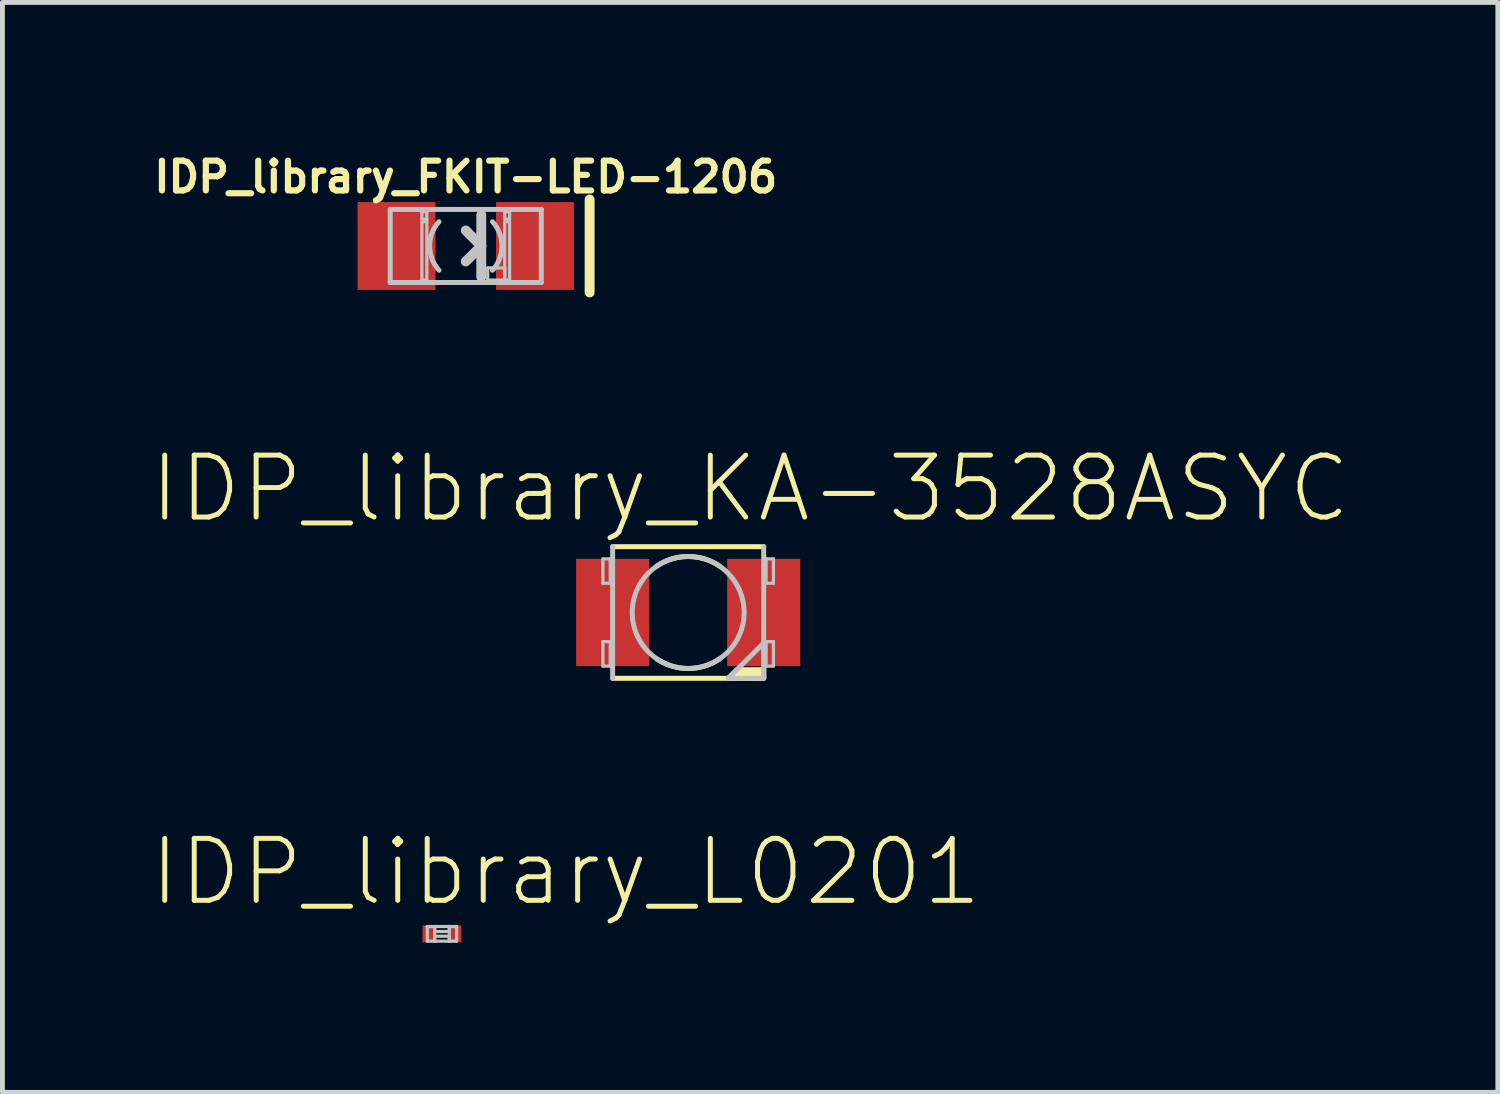
<source format=kicad_pcb>
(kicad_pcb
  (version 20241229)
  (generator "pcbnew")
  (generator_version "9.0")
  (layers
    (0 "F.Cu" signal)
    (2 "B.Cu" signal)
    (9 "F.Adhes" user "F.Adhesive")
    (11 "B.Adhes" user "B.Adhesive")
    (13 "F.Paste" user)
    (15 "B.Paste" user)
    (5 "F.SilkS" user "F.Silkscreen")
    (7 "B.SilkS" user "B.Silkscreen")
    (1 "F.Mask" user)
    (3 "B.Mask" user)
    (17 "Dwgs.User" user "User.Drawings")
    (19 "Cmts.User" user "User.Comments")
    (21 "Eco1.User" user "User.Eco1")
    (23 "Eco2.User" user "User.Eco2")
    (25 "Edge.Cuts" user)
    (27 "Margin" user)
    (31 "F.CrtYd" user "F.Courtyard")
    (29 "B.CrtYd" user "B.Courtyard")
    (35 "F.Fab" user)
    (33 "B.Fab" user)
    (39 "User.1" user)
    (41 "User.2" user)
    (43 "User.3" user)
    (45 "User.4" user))
  (footprint "IDP_library_KA-3528ASYC"
    (layer "F.Cu")
    (at 11.062 9.51)
    (property "Reference" "IDP_library_KA-3528ASYC" (at 1.27 -2.54 0) (layer "F.SilkS") (effects (font (size 1.27 1.27) (thickness 0.102))))
    (attr smd)
    (fp_line (start -1.549 -1.349) (end 1.549 -1.349) (stroke (width 0.102) (type solid)) (layer "F.SilkS"))
    (fp_line (start 1.549 1.349) (end -1.549 1.349) (stroke (width 0.102) (type solid)) (layer "F.SilkS"))
    (fp_arc (start -0.6477 -0.94996) (mid 0.001112 -1.148876) (end 0.649539 -0.94871) (stroke (width 0.1016) (type solid)) (layer "F.SilkS"))
    (fp_arc (start 0.6477 0.94996) (mid -0.001112 1.148876) (end -0.649539 0.94871) (stroke (width 0.1016) (type solid)) (layer "F.SilkS"))
    (fp_poly (pts (xy 1.549 1.349) (xy 1.549 1.173) (xy 0.998 1.173) (xy 0.823 1.349) (xy 1.549 1.349)) (stroke (width 0.102) (type solid)) (fill yes) (layer "F.SilkS"))
    (fp_line (start -1.748 -1.1) (end -1.598 -1.1) (stroke (width 0.066) (type solid)) (layer "Dwgs.User"))
    (fp_line (start -1.748 -0.599) (end -1.748 -1.1) (stroke (width 0.066) (type solid)) (layer "Dwgs.User"))
    (fp_line (start -1.748 -0.599) (end -1.598 -0.599) (stroke (width 0.066) (type solid)) (layer "Dwgs.User"))
    (fp_line (start -1.748 0.599) (end -1.598 0.599) (stroke (width 0.066) (type solid)) (layer "Dwgs.User"))
    (fp_line (start -1.748 1.1) (end -1.748 0.599) (stroke (width 0.066) (type solid)) (layer "Dwgs.User"))
    (fp_line (start -1.748 1.1) (end -1.598 1.1) (stroke (width 0.066) (type solid)) (layer "Dwgs.User"))
    (fp_line (start -1.598 -0.599) (end -1.598 -1.1) (stroke (width 0.066) (type solid)) (layer "Dwgs.User"))
    (fp_line (start -1.598 1.1) (end -1.598 0.599) (stroke (width 0.066) (type solid)) (layer "Dwgs.User"))
    (fp_line (start -1.549 1.349) (end -1.549 -1.349) (stroke (width 0.102) (type solid)) (layer "Dwgs.User"))
    (fp_line (start 1.549 -1.349) (end 1.549 1.349) (stroke (width 0.102) (type solid)) (layer "Dwgs.User"))
    (fp_line (start 1.598 -1.1) (end 1.598 -0.599) (stroke (width 0.066) (type solid)) (layer "Dwgs.User"))
    (fp_line (start 1.598 0.599) (end 1.598 1.1) (stroke (width 0.066) (type solid)) (layer "Dwgs.User"))
    (fp_line (start 1.748 -1.1) (end 1.598 -1.1) (stroke (width 0.066) (type solid)) (layer "Dwgs.User"))
    (fp_line (start 1.748 -1.1) (end 1.748 -0.599) (stroke (width 0.066) (type solid)) (layer "Dwgs.User"))
    (fp_line (start 1.748 -0.599) (end 1.598 -0.599) (stroke (width 0.066) (type solid)) (layer "Dwgs.User"))
    (fp_line (start 1.748 0.599) (end 1.598 0.599) (stroke (width 0.066) (type solid)) (layer "Dwgs.User"))
    (fp_line (start 1.748 0.599) (end 1.748 1.1) (stroke (width 0.066) (type solid)) (layer "Dwgs.User"))
    (fp_line (start 1.748 1.1) (end 1.598 1.1) (stroke (width 0.066) (type solid)) (layer "Dwgs.User"))
    (fp_circle (center 0 0) (end 0 -1.148) (stroke (width 0.102) (type solid)) (fill no) (layer "Dwgs.User"))
    (fp_poly (pts (xy 1.549 1.349) (xy 1.549 0.625) (xy 0.823 1.349) (xy 1.549 1.349)) (stroke (width 0.102) (type solid)) (fill no) (layer "Dwgs.User"))
    (pad "A" smd rect (at -1.549 0) (size 1.499 2.2) (layers "F.Cu" "F.Mask" "F.Paste"))
    (pad "C" smd rect (at 1.549 0) (size 1.499 2.2) (layers "F.Cu" "F.Mask" "F.Paste")))
  (footprint "IDP_library_FKIT-LED-1206"
    (layer "F.Cu")
    (at 6.501 1.994)
    (property "Reference" "IDP_library_FKIT-LED-1206" (at 0 -1.415 0) (layer "F.SilkS") (effects (font (size 0.61 0.61) (thickness 0.127))))
    (attr smd)
    (fp_line (start 2.54 -0.953) (end 2.54 0.953) (stroke (width 0.203) (type solid)) (layer "F.SilkS"))
    (fp_line (start -1.549 -0.749) (end 1.549 -0.749) (stroke (width 0.102) (type solid)) (layer "Dwgs.User"))
    (fp_line (start -1.549 0.749) (end -1.549 -0.749) (stroke (width 0.102) (type solid)) (layer "Dwgs.User"))
    (fp_line (start -0.899 -0.699) (end -0.798 -0.699) (stroke (width 0.066) (type solid)) (layer "Dwgs.User"))
    (fp_line (start -0.899 -0.549) (end -0.899 -0.699) (stroke (width 0.066) (type solid)) (layer "Dwgs.User"))
    (fp_line (start -0.899 -0.549) (end -0.798 -0.549) (stroke (width 0.066) (type solid)) (layer "Dwgs.User"))
    (fp_line (start -0.899 -0.498) (end -0.798 -0.498) (stroke (width 0.066) (type solid)) (layer "Dwgs.User"))
    (fp_line (start -0.899 0.699) (end -0.899 -0.498) (stroke (width 0.066) (type solid)) (layer "Dwgs.User"))
    (fp_line (start -0.899 0.699) (end -0.798 0.699) (stroke (width 0.066) (type solid)) (layer "Dwgs.User"))
    (fp_line (start -0.798 -0.549) (end -0.798 -0.699) (stroke (width 0.066) (type solid)) (layer "Dwgs.User"))
    (fp_line (start -0.798 0.699) (end -0.798 -0.498) (stroke (width 0.066) (type solid)) (layer "Dwgs.User"))
    (fp_line (start 0.318 -0.635) (end 0.318 0) (stroke (width 0.203) (type solid)) (layer "Dwgs.User"))
    (fp_line (start 0.318 0) (end 0 -0.318) (stroke (width 0.203) (type solid)) (layer "Dwgs.User"))
    (fp_line (start 0.318 0) (end 0 0.318) (stroke (width 0.203) (type solid)) (layer "Dwgs.User"))
    (fp_line (start 0.318 0) (end 0.318 0.635) (stroke (width 0.203) (type solid)) (layer "Dwgs.User"))
    (fp_line (start 0.45 0.45) (end 0.798 0.45) (stroke (width 0.066) (type solid)) (layer "Dwgs.User"))
    (fp_line (start 0.45 0.699) (end 0.45 0.45) (stroke (width 0.066) (type solid)) (layer "Dwgs.User"))
    (fp_line (start 0.45 0.699) (end 0.798 0.699) (stroke (width 0.066) (type solid)) (layer "Dwgs.User"))
    (fp_line (start 0.798 -0.699) (end 0.899 -0.699) (stroke (width 0.066) (type solid)) (layer "Dwgs.User"))
    (fp_line (start 0.798 -0.549) (end 0.798 -0.699) (stroke (width 0.066) (type solid)) (layer "Dwgs.User"))
    (fp_line (start 0.798 -0.549) (end 0.899 -0.549) (stroke (width 0.066) (type solid)) (layer "Dwgs.User"))
    (fp_line (start 0.798 -0.498) (end 0.899 -0.498) (stroke (width 0.066) (type solid)) (layer "Dwgs.User"))
    (fp_line (start 0.798 0.699) (end 0.798 -0.498) (stroke (width 0.066) (type solid)) (layer "Dwgs.User"))
    (fp_line (start 0.798 0.699) (end 0.798 0.45) (stroke (width 0.066) (type solid)) (layer "Dwgs.User"))
    (fp_line (start 0.798 0.699) (end 0.899 0.699) (stroke (width 0.066) (type solid)) (layer "Dwgs.User"))
    (fp_line (start 0.899 -0.549) (end 0.899 -0.699) (stroke (width 0.066) (type solid)) (layer "Dwgs.User"))
    (fp_line (start 0.899 0.699) (end 0.899 -0.498) (stroke (width 0.066) (type solid)) (layer "Dwgs.User"))
    (fp_line (start 1.549 -0.749) (end 1.549 0.749) (stroke (width 0.102) (type solid)) (layer "Dwgs.User"))
    (fp_line (start 1.549 0.749) (end -1.549 0.749) (stroke (width 0.102) (type solid)) (layer "Dwgs.User"))
    (fp_arc (start -0.54864 0.49784) (mid -0.740844 -0.000377) (end -0.548133 -0.498398) (stroke (width 0.1016) (type solid)) (layer "Dwgs.User"))
    (fp_arc (start 0.54864 -0.49784) (mid 0.740844 0.000377) (end 0.548133 0.498398) (stroke (width 0.1016) (type solid)) (layer "Dwgs.User"))
    (pad "A" smd rect (at -1.42 0) (size 1.598 1.801) (layers "F.Cu" "F.Mask" "F.Paste"))
    (pad "C" smd rect (at 1.42 0) (size 1.598 1.801) (layers "F.Cu" "F.Mask" "F.Paste")))
  (footprint "IDP_library_L0201"
    (layer "F.Cu")
    (at 6.013 16.1)
    (property "Reference" "IDP_library_L0201" (at 2.54 -1.27 0) (layer "F.SilkS") (effects (font (size 1.27 1.27) (thickness 0.102))))
    (attr smd)
    (fp_line (start -0.3 -0.15) (end -0.15 -0.15) (stroke (width 0.066) (type solid)) (layer "Dwgs.User"))
    (fp_line (start -0.3 0.15) (end -0.3 -0.15) (stroke (width 0.066) (type solid)) (layer "Dwgs.User"))
    (fp_line (start -0.3 0.15) (end -0.15 0.15) (stroke (width 0.066) (type solid)) (layer "Dwgs.User"))
    (fp_line (start -0.15 -0.15) (end 0.15 -0.15) (stroke (width 0.066) (type solid)) (layer "Dwgs.User"))
    (fp_line (start -0.15 -0.048) (end -0.15 -0.15) (stroke (width 0.066) (type solid)) (layer "Dwgs.User"))
    (fp_line (start -0.15 -0.048) (end 0.15 -0.048) (stroke (width 0.066) (type solid)) (layer "Dwgs.User"))
    (fp_line (start -0.15 0.048) (end 0.15 0.048) (stroke (width 0.066) (type solid)) (layer "Dwgs.User"))
    (fp_line (start -0.15 0.15) (end -0.15 -0.15) (stroke (width 0.066) (type solid)) (layer "Dwgs.User"))
    (fp_line (start -0.15 0.15) (end -0.15 0.048) (stroke (width 0.066) (type solid)) (layer "Dwgs.User"))
    (fp_line (start -0.15 0.15) (end 0.15 0.15) (stroke (width 0.066) (type solid)) (layer "Dwgs.User"))
    (fp_line (start 0.15 -0.15) (end 0.3 -0.15) (stroke (width 0.066) (type solid)) (layer "Dwgs.User"))
    (fp_line (start 0.15 -0.048) (end 0.15 -0.15) (stroke (width 0.066) (type solid)) (layer "Dwgs.User"))
    (fp_line (start 0.15 0.15) (end 0.15 -0.15) (stroke (width 0.066) (type solid)) (layer "Dwgs.User"))
    (fp_line (start 0.15 0.15) (end 0.15 0.048) (stroke (width 0.066) (type solid)) (layer "Dwgs.User"))
    (fp_line (start 0.15 0.15) (end 0.3 0.15) (stroke (width 0.066) (type solid)) (layer "Dwgs.User"))
    (fp_line (start 0.3 0.15) (end 0.3 -0.15) (stroke (width 0.066) (type solid)) (layer "Dwgs.User"))
    (pad "1" smd rect (at -0.274 0) (size 0.249 0.348) (layers "F.Cu" "F.Mask" "F.Paste"))
    (pad "2" smd rect (at 0.274 0) (size 0.249 0.348) (layers "F.Cu" "F.Mask" "F.Paste")))
  (gr_rect
    (start -3 -3)
    (end 27.665 19.35)
    (stroke (width 0.1) (type default))
    (fill no)
    (layer "Edge.Cuts")))
</source>
